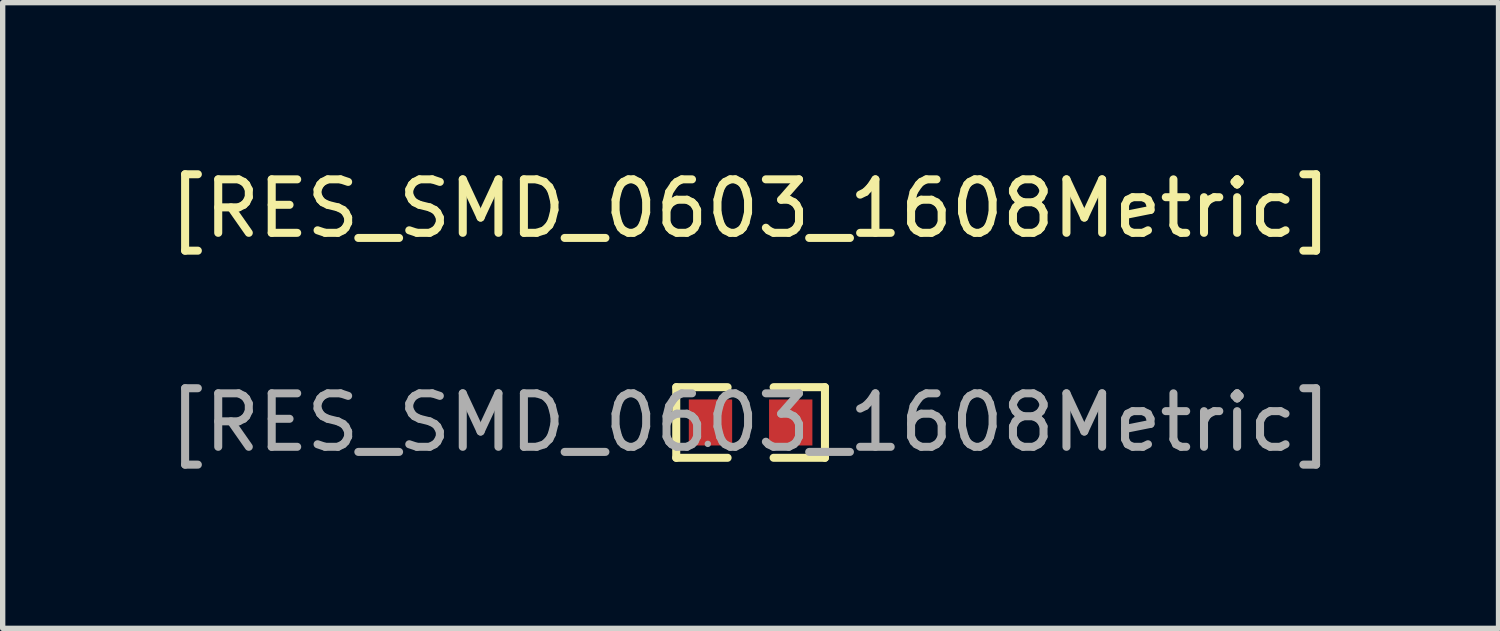
<source format=kicad_pcb>
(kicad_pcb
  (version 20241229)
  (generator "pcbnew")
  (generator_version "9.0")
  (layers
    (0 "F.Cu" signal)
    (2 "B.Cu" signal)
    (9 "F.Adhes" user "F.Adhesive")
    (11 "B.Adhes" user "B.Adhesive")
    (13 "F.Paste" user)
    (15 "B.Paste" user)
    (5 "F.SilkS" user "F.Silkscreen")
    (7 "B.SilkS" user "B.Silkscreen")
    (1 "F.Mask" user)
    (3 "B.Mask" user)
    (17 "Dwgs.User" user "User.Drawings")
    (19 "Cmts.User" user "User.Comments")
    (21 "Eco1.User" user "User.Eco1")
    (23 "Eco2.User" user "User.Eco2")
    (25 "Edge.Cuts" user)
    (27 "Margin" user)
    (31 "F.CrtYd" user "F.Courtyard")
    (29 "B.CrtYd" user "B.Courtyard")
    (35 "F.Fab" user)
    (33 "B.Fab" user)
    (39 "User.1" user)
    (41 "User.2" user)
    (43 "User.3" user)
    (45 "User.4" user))
  (footprint "[RES_SMD_0603_1608Metric]"
    (layer "F.Cu")
    (at 10.982 4.848)
    (property "Reference" "[RES_SMD_0603_1608Metric]" (at 0 -4 0) (layer "F.SilkS") (effects (font (size 1 1) (thickness 0.15))))
    (attr smd)
    (fp_line (start -1.39 -0.66) (end -0.43 -0.66) (stroke (width 0.15) (type solid)) (layer "F.SilkS"))
    (fp_line (start -1.39 0.66) (end -1.39 -0.66) (stroke (width 0.15) (type solid)) (layer "F.SilkS"))
    (fp_line (start -0.43 0.66) (end -1.39 0.66) (stroke (width 0.15) (type solid)) (layer "F.SilkS"))
    (fp_line (start 0.43 0.66) (end 1.39 0.66) (stroke (width 0.15) (type solid)) (layer "F.SilkS"))
    (fp_line (start 1.39 -0.66) (end 0.43 -0.66) (stroke (width 0.15) (type solid)) (layer "F.SilkS"))
    (fp_line (start 1.39 0.66) (end 1.39 -0.66) (stroke (width 0.15) (type solid)) (layer "F.SilkS"))
    (fp_circle (center -0.8 0.4) (end -0.77 0.4) (stroke (width 0.06) (type solid)) (fill no) (layer "F.Fab"))
    (fp_text user "${REFERENCE}" (at 0 0 0) (layer "F.Fab") (effects (font (size 1 1) (thickness 0.15))))
    (pad "1" smd rect (at -0.75 0) (size 0.81 0.86) (layers "F.Cu" "F.Mask" "F.Paste"))
    (pad "2" smd rect (at 0.75 0) (size 0.81 0.86) (layers "F.Cu" "F.Mask" "F.Paste")))
  (gr_rect
    (start -3 -3)
    (end 24.964 8.697)
    (stroke (width 0.1) (type default))
    (fill no)
    (layer "Edge.Cuts")))
</source>
